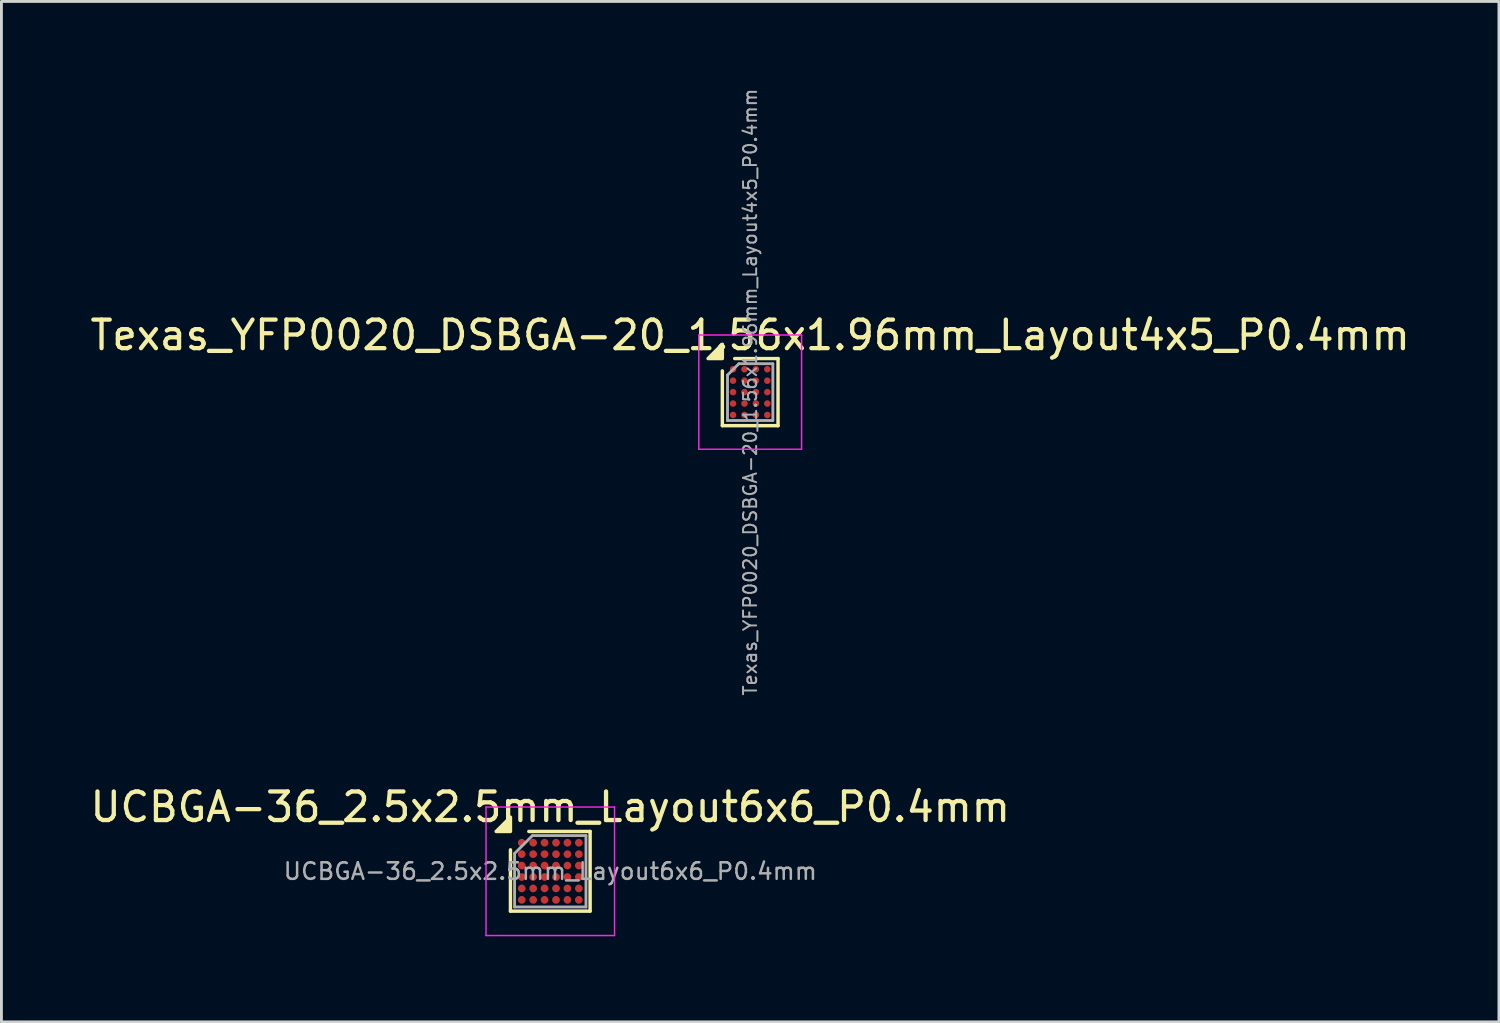
<source format=kicad_pcb>
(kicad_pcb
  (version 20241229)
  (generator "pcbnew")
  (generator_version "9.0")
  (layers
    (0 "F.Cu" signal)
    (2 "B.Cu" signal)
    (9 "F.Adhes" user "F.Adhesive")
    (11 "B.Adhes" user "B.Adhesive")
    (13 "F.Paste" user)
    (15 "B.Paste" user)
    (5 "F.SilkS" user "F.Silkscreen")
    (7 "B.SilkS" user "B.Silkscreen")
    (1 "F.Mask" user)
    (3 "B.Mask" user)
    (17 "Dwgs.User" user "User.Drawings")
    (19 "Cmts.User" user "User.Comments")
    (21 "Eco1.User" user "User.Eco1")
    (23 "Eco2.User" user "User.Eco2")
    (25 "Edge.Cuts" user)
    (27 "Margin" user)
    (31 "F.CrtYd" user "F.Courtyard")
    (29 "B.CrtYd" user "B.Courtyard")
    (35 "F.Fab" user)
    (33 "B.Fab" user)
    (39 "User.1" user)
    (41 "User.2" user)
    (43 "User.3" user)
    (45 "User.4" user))
  (footprint "UCBGA-36_2.5x2.5mm_Layout6x6_P0.4mm"
    (layer "F.Cu")
    (at 16.22 27.461)
    (property "Reference" "UCBGA-36_2.5x2.5mm_Layout6x6_P0.4mm" (at 0 -2.25 0) (layer "F.SilkS") (effects (font (size 1 1) (thickness 0.15))))
    (attr smd)
    (fp_line (start -1.395 1.395) (end -1.395 -0.752) (stroke (width 0.12) (type solid)) (layer "F.SilkS"))
    (fp_line (start -0.752 -1.395) (end 1.395 -1.395) (stroke (width 0.12) (type solid)) (layer "F.SilkS"))
    (fp_line (start 1.395 -1.395) (end 1.395 1.395) (stroke (width 0.12) (type solid)) (layer "F.SilkS"))
    (fp_line (start 1.395 1.395) (end -1.395 1.395) (stroke (width 0.12) (type solid)) (layer "F.SilkS"))
    (fp_poly (pts (xy -1.395 -1.395) (xy -1.895 -1.395) (xy -1.395 -1.895) (xy -1.395 -1.395)) (stroke (width 0.12) (type solid)) (fill yes) (layer "F.SilkS"))
    (fp_line (start -2.25 -2.25) (end -2.25 2.25) (stroke (width 0.05) (type solid)) (layer "F.CrtYd"))
    (fp_line (start -2.25 2.25) (end 2.25 2.25) (stroke (width 0.05) (type solid)) (layer "F.CrtYd"))
    (fp_line (start 2.25 -2.25) (end -2.25 -2.25) (stroke (width 0.05) (type solid)) (layer "F.CrtYd"))
    (fp_line (start 2.25 2.25) (end 2.25 -2.25) (stroke (width 0.05) (type solid)) (layer "F.CrtYd"))
    (fp_line (start -1.25 -0.625) (end -0.625 -1.25) (stroke (width 0.1) (type solid)) (layer "F.Fab"))
    (fp_line (start -1.25 1.25) (end -1.25 -0.625) (stroke (width 0.1) (type solid)) (layer "F.Fab"))
    (fp_line (start -0.625 -1.25) (end 1.25 -1.25) (stroke (width 0.1) (type solid)) (layer "F.Fab"))
    (fp_line (start 1.25 -1.25) (end 1.25 1.25) (stroke (width 0.1) (type solid)) (layer "F.Fab"))
    (fp_line (start 1.25 1.25) (end -1.25 1.25) (stroke (width 0.1) (type solid)) (layer "F.Fab"))
    (fp_text user "${REFERENCE}" (at 0 0 0) (layer "F.Fab") (effects (font (size 0.58 0.58) (thickness 0.087))))
    (pad "A1" smd circle (at -1 -1) (size 0.27 0.27) (property pad_prop_bga) (layers "F.Cu" "F.Mask" "F.Paste"))
    (pad "A2" smd circle (at -0.6 -1) (size 0.27 0.27) (property pad_prop_bga) (layers "F.Cu" "F.Mask" "F.Paste"))
    (pad "A3" smd circle (at -0.2 -1) (size 0.27 0.27) (property pad_prop_bga) (layers "F.Cu" "F.Mask" "F.Paste"))
    (pad "A4" smd circle (at 0.2 -1) (size 0.27 0.27) (property pad_prop_bga) (layers "F.Cu" "F.Mask" "F.Paste"))
    (pad "A5" smd circle (at 0.6 -1) (size 0.27 0.27) (property pad_prop_bga) (layers "F.Cu" "F.Mask" "F.Paste"))
    (pad "A6" smd circle (at 1 -1) (size 0.27 0.27) (property pad_prop_bga) (layers "F.Cu" "F.Mask" "F.Paste"))
    (pad "B1" smd circle (at -1 -0.6) (size 0.27 0.27) (property pad_prop_bga) (layers "F.Cu" "F.Mask" "F.Paste"))
    (pad "B2" smd circle (at -0.6 -0.6) (size 0.27 0.27) (property pad_prop_bga) (layers "F.Cu" "F.Mask" "F.Paste"))
    (pad "B3" smd circle (at -0.2 -0.6) (size 0.27 0.27) (property pad_prop_bga) (layers "F.Cu" "F.Mask" "F.Paste"))
    (pad "B4" smd circle (at 0.2 -0.6) (size 0.27 0.27) (property pad_prop_bga) (layers "F.Cu" "F.Mask" "F.Paste"))
    (pad "B5" smd circle (at 0.6 -0.6) (size 0.27 0.27) (property pad_prop_bga) (layers "F.Cu" "F.Mask" "F.Paste"))
    (pad "B6" smd circle (at 1 -0.6) (size 0.27 0.27) (property pad_prop_bga) (layers "F.Cu" "F.Mask" "F.Paste"))
    (pad "C1" smd circle (at -1 -0.2) (size 0.27 0.27) (property pad_prop_bga) (layers "F.Cu" "F.Mask" "F.Paste"))
    (pad "C2" smd circle (at -0.6 -0.2) (size 0.27 0.27) (property pad_prop_bga) (layers "F.Cu" "F.Mask" "F.Paste"))
    (pad "C3" smd circle (at -0.2 -0.2) (size 0.27 0.27) (property pad_prop_bga) (layers "F.Cu" "F.Mask" "F.Paste"))
    (pad "C4" smd circle (at 0.2 -0.2) (size 0.27 0.27) (property pad_prop_bga) (layers "F.Cu" "F.Mask" "F.Paste"))
    (pad "C5" smd circle (at 0.6 -0.2) (size 0.27 0.27) (property pad_prop_bga) (layers "F.Cu" "F.Mask" "F.Paste"))
    (pad "C6" smd circle (at 1 -0.2) (size 0.27 0.27) (property pad_prop_bga) (layers "F.Cu" "F.Mask" "F.Paste"))
    (pad "D1" smd circle (at -1 0.2) (size 0.27 0.27) (property pad_prop_bga) (layers "F.Cu" "F.Mask" "F.Paste"))
    (pad "D2" smd circle (at -0.6 0.2) (size 0.27 0.27) (property pad_prop_bga) (layers "F.Cu" "F.Mask" "F.Paste"))
    (pad "D3" smd circle (at -0.2 0.2) (size 0.27 0.27) (property pad_prop_bga) (layers "F.Cu" "F.Mask" "F.Paste"))
    (pad "D4" smd circle (at 0.2 0.2) (size 0.27 0.27) (property pad_prop_bga) (layers "F.Cu" "F.Mask" "F.Paste"))
    (pad "D5" smd circle (at 0.6 0.2) (size 0.27 0.27) (property pad_prop_bga) (layers "F.Cu" "F.Mask" "F.Paste"))
    (pad "D6" smd circle (at 1 0.2) (size 0.27 0.27) (property pad_prop_bga) (layers "F.Cu" "F.Mask" "F.Paste"))
    (pad "E1" smd circle (at -1 0.6) (size 0.27 0.27) (property pad_prop_bga) (layers "F.Cu" "F.Mask" "F.Paste"))
    (pad "E2" smd circle (at -0.6 0.6) (size 0.27 0.27) (property pad_prop_bga) (layers "F.Cu" "F.Mask" "F.Paste"))
    (pad "E3" smd circle (at -0.2 0.6) (size 0.27 0.27) (property pad_prop_bga) (layers "F.Cu" "F.Mask" "F.Paste"))
    (pad "E4" smd circle (at 0.2 0.6) (size 0.27 0.27) (property pad_prop_bga) (layers "F.Cu" "F.Mask" "F.Paste"))
    (pad "E5" smd circle (at 0.6 0.6) (size 0.27 0.27) (property pad_prop_bga) (layers "F.Cu" "F.Mask" "F.Paste"))
    (pad "E6" smd circle (at 1 0.6) (size 0.27 0.27) (property pad_prop_bga) (layers "F.Cu" "F.Mask" "F.Paste"))
    (pad "F1" smd circle (at -1 1) (size 0.27 0.27) (property pad_prop_bga) (layers "F.Cu" "F.Mask" "F.Paste"))
    (pad "F2" smd circle (at -0.6 1) (size 0.27 0.27) (property pad_prop_bga) (layers "F.Cu" "F.Mask" "F.Paste"))
    (pad "F3" smd circle (at -0.2 1) (size 0.27 0.27) (property pad_prop_bga) (layers "F.Cu" "F.Mask" "F.Paste"))
    (pad "F4" smd circle (at 0.2 1) (size 0.27 0.27) (property pad_prop_bga) (layers "F.Cu" "F.Mask" "F.Paste"))
    (pad "F5" smd circle (at 0.6 1) (size 0.27 0.27) (property pad_prop_bga) (layers "F.Cu" "F.Mask" "F.Paste"))
    (pad "F6" smd circle (at 1 1) (size 0.27 0.27) (property pad_prop_bga) (layers "F.Cu" "F.Mask" "F.Paste")))
  (footprint "Texas_YFP0020_DSBGA-20_1.56x1.96mm_Layout4x5_P0.4mm"
    (layer "F.Cu")
    (at 23.22 10.681)
    (property "Reference" "Texas_YFP0020_DSBGA-20_1.56x1.96mm_Layout4x5_P0.4mm" (at 0 -1.994 0) (layer "F.SilkS") (effects (font (size 1 1) (thickness 0.15))))
    (attr smd)
    (fp_line (start -0.975 1.175) (end -0.975 -0.743) (stroke (width 0.12) (type solid)) (layer "F.SilkS"))
    (fp_line (start -0.542 -1.175) (end 0.975 -1.175) (stroke (width 0.12) (type solid)) (layer "F.SilkS"))
    (fp_line (start 0.975 -1.175) (end 0.975 1.175) (stroke (width 0.12) (type solid)) (layer "F.SilkS"))
    (fp_line (start 0.975 1.175) (end -0.975 1.175) (stroke (width 0.12) (type solid)) (layer "F.SilkS"))
    (fp_poly (pts (xy -0.975 -1.175) (xy -1.475 -1.175) (xy -0.975 -1.675) (xy -0.975 -1.175)) (stroke (width 0.12) (type solid)) (fill yes) (layer "F.SilkS"))
    (fp_line (start -1.8 -2) (end -1.8 2) (stroke (width 0.05) (type solid)) (layer "F.CrtYd"))
    (fp_line (start -1.8 2) (end 1.8 2) (stroke (width 0.05) (type solid)) (layer "F.CrtYd"))
    (fp_line (start 1.8 -2) (end -1.8 -2) (stroke (width 0.05) (type solid)) (layer "F.CrtYd"))
    (fp_line (start 1.8 2) (end 1.8 -2) (stroke (width 0.05) (type solid)) (layer "F.CrtYd"))
    (fp_line (start -0.794 -0.597) (end -0.397 -0.994) (stroke (width 0.1) (type solid)) (layer "F.Fab"))
    (fp_line (start -0.794 0.994) (end -0.794 -0.597) (stroke (width 0.1) (type solid)) (layer "F.Fab"))
    (fp_line (start -0.397 -0.994) (end 0.794 -0.994) (stroke (width 0.1) (type solid)) (layer "F.Fab"))
    (fp_line (start 0.794 -0.994) (end 0.794 0.994) (stroke (width 0.1) (type solid)) (layer "F.Fab"))
    (fp_line (start 0.794 0.994) (end -0.794 0.994) (stroke (width 0.1) (type solid)) (layer "F.Fab"))
    (fp_text user "${REFERENCE}" (at 0 0 270) (layer "F.Fab") (effects (font (size 0.46 0.46) (thickness 0.069))))
    (pad "A1" smd circle (at -0.6 -0.8) (size 0.23 0.23) (property pad_prop_bga) (layers "F.Cu" "F.Mask" "F.Paste"))
    (pad "A2" smd circle (at -0.2 -0.8) (size 0.23 0.23) (property pad_prop_bga) (layers "F.Cu" "F.Mask" "F.Paste"))
    (pad "A3" smd circle (at 0.2 -0.8) (size 0.23 0.23) (property pad_prop_bga) (layers "F.Cu" "F.Mask" "F.Paste"))
    (pad "A4" smd circle (at 0.6 -0.8) (size 0.23 0.23) (property pad_prop_bga) (layers "F.Cu" "F.Mask" "F.Paste"))
    (pad "B1" smd circle (at -0.6 -0.4) (size 0.23 0.23) (property pad_prop_bga) (layers "F.Cu" "F.Mask" "F.Paste"))
    (pad "B2" smd circle (at -0.2 -0.4) (size 0.23 0.23) (property pad_prop_bga) (layers "F.Cu" "F.Mask" "F.Paste"))
    (pad "B3" smd circle (at 0.2 -0.4) (size 0.23 0.23) (property pad_prop_bga) (layers "F.Cu" "F.Mask" "F.Paste"))
    (pad "B4" smd circle (at 0.6 -0.4) (size 0.23 0.23) (property pad_prop_bga) (layers "F.Cu" "F.Mask" "F.Paste"))
    (pad "C1" smd circle (at -0.6 0) (size 0.23 0.23) (property pad_prop_bga) (layers "F.Cu" "F.Mask" "F.Paste"))
    (pad "C2" smd circle (at -0.2 0) (size 0.23 0.23) (property pad_prop_bga) (layers "F.Cu" "F.Mask" "F.Paste"))
    (pad "C3" smd circle (at 0.2 0) (size 0.23 0.23) (property pad_prop_bga) (layers "F.Cu" "F.Mask" "F.Paste"))
    (pad "C4" smd circle (at 0.6 0) (size 0.23 0.23) (property pad_prop_bga) (layers "F.Cu" "F.Mask" "F.Paste"))
    (pad "D1" smd circle (at -0.6 0.4) (size 0.23 0.23) (property pad_prop_bga) (layers "F.Cu" "F.Mask" "F.Paste"))
    (pad "D2" smd circle (at -0.2 0.4) (size 0.23 0.23) (property pad_prop_bga) (layers "F.Cu" "F.Mask" "F.Paste"))
    (pad "D3" smd circle (at 0.2 0.4) (size 0.23 0.23) (property pad_prop_bga) (layers "F.Cu" "F.Mask" "F.Paste"))
    (pad "D4" smd circle (at 0.6 0.4) (size 0.23 0.23) (property pad_prop_bga) (layers "F.Cu" "F.Mask" "F.Paste"))
    (pad "E1" smd circle (at -0.6 0.8) (size 0.23 0.23) (property pad_prop_bga) (layers "F.Cu" "F.Mask" "F.Paste"))
    (pad "E2" smd circle (at -0.2 0.8) (size 0.23 0.23) (property pad_prop_bga) (layers "F.Cu" "F.Mask" "F.Paste"))
    (pad "E3" smd circle (at 0.2 0.8) (size 0.23 0.23) (property pad_prop_bga) (layers "F.Cu" "F.Mask" "F.Paste"))
    (pad "E4" smd circle (at 0.6 0.8) (size 0.23 0.23) (property pad_prop_bga) (layers "F.Cu" "F.Mask" "F.Paste")))
  (gr_rect
    (start -3 -3)
    (end 49.44 32.736)
    (stroke (width 0.1) (type default))
    (fill no)
    (layer "Edge.Cuts")))
</source>
